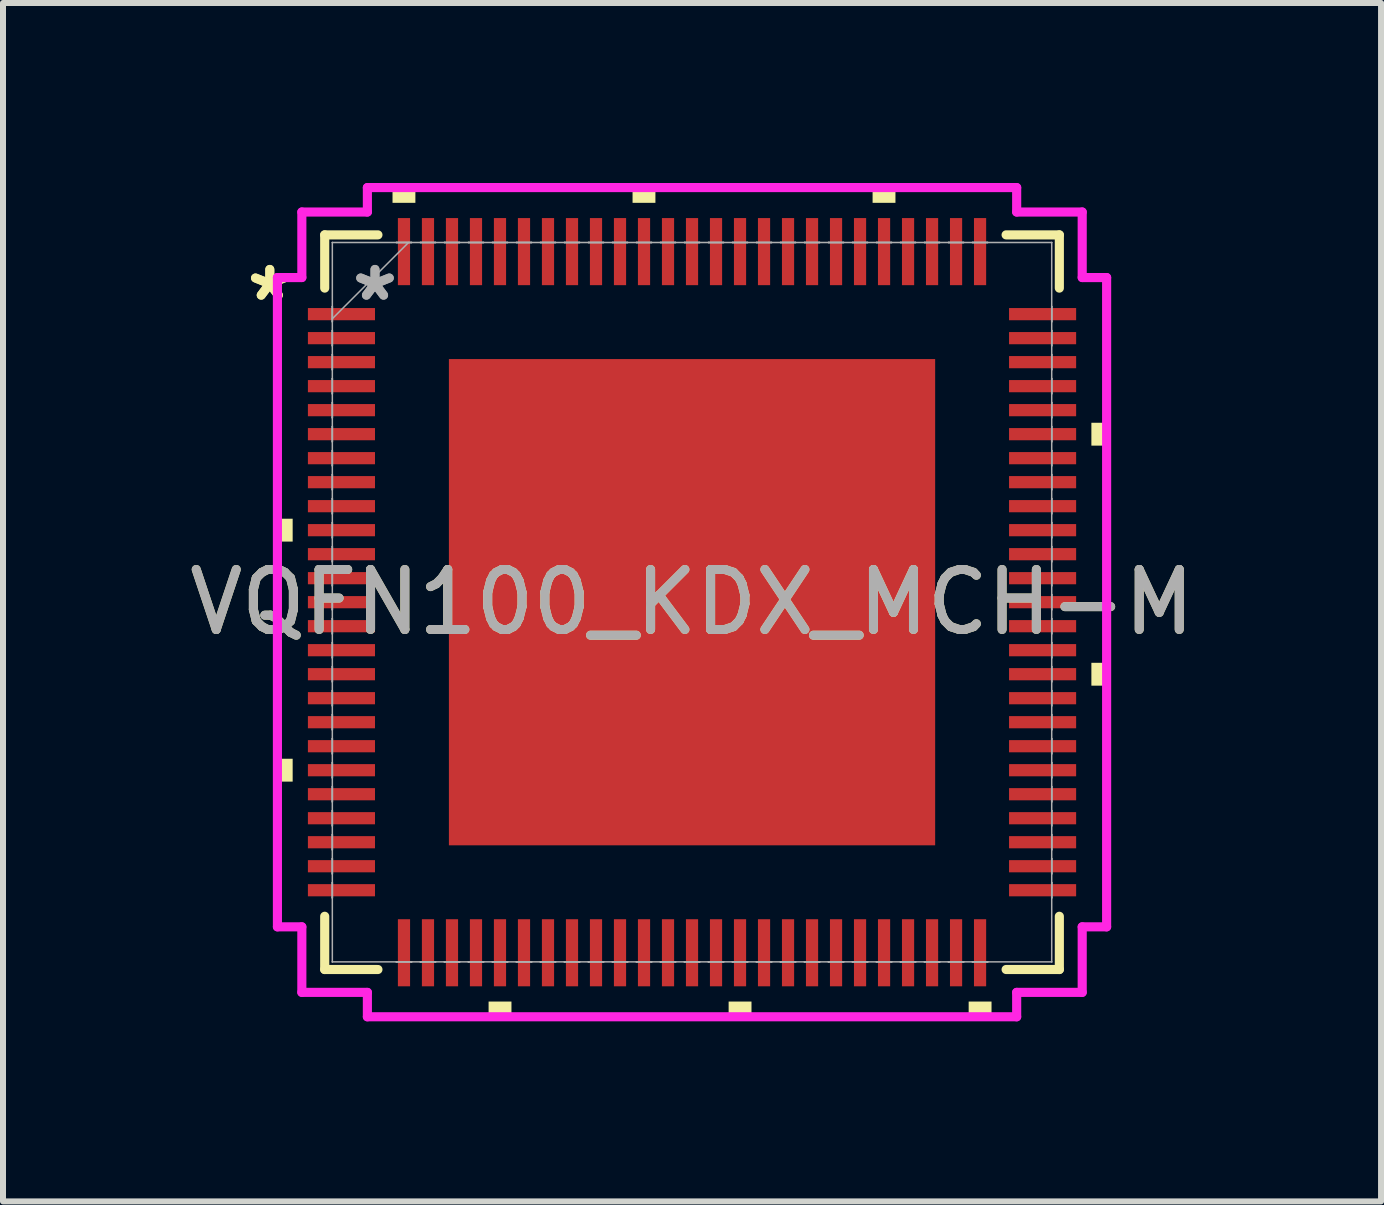
<source format=kicad_pcb>
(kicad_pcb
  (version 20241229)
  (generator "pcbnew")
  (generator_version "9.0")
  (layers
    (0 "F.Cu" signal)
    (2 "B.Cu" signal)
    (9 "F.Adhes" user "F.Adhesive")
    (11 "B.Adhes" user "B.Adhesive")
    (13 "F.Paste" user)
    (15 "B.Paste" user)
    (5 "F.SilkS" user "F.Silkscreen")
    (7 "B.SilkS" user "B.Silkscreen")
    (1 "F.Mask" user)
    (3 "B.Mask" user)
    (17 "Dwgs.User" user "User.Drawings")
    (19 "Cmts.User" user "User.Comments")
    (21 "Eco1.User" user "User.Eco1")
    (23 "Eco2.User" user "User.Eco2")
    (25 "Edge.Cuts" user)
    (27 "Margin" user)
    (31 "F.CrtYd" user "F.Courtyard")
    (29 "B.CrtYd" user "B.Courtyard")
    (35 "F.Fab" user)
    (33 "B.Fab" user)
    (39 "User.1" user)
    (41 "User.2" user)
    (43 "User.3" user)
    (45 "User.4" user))
  (footprint "VQFN100_KDX_MCH-M"
    (layer "F.Cu")
    (at 8.482 6.985)
    (property "Reference" "VQFN100_KDX_MCH-M" (at 0 0 0) (unlocked yes) (layer "F.SilkS") (effects (font (size 1 1) (thickness 0.15))))
    (attr smd)
    (fp_line (start -6.121 -6.121) (end -6.121 -5.234) (stroke (width 0.152) (type solid)) (layer "F.SilkS"))
    (fp_line (start -6.121 5.234) (end -6.121 6.121) (stroke (width 0.152) (type solid)) (layer "F.SilkS"))
    (fp_line (start -6.121 6.121) (end -5.234 6.121) (stroke (width 0.152) (type solid)) (layer "F.SilkS"))
    (fp_line (start -5.234 -6.121) (end -6.121 -6.121) (stroke (width 0.152) (type solid)) (layer "F.SilkS"))
    (fp_line (start 5.234 6.121) (end 6.121 6.121) (stroke (width 0.152) (type solid)) (layer "F.SilkS"))
    (fp_line (start 6.121 -6.121) (end 5.234 -6.121) (stroke (width 0.152) (type solid)) (layer "F.SilkS"))
    (fp_line (start 6.121 -5.234) (end 6.121 -6.121) (stroke (width 0.152) (type solid)) (layer "F.SilkS"))
    (fp_line (start 6.121 6.121) (end 6.121 5.234) (stroke (width 0.152) (type solid)) (layer "F.SilkS"))
    (fp_poly (pts (xy -6.909 -1.391) (xy -6.909 -1.01) (xy -6.655 -1.01) (xy -6.655 -1.391)) (stroke (width 0) (type solid)) (fill yes) (layer "F.SilkS"))
    (fp_poly (pts (xy -6.909 2.609) (xy -6.909 2.99) (xy -6.655 2.99) (xy -6.655 2.609)) (stroke (width 0) (type solid)) (fill yes) (layer "F.SilkS"))
    (fp_poly (pts (xy -4.991 -6.655) (xy -4.991 -6.909) (xy -4.61 -6.909) (xy -4.61 -6.655)) (stroke (width 0) (type solid)) (fill yes) (layer "F.SilkS"))
    (fp_poly (pts (xy -3.39 6.655) (xy -3.39 6.909) (xy -3.009 6.909) (xy -3.009 6.655)) (stroke (width 0) (type solid)) (fill yes) (layer "F.SilkS"))
    (fp_poly (pts (xy -0.991 -6.655) (xy -0.991 -6.909) (xy -0.61 -6.909) (xy -0.61 -6.655)) (stroke (width 0) (type solid)) (fill yes) (layer "F.SilkS"))
    (fp_poly (pts (xy 0.61 6.655) (xy 0.61 6.909) (xy 0.991 6.909) (xy 0.991 6.655)) (stroke (width 0) (type solid)) (fill yes) (layer "F.SilkS"))
    (fp_poly (pts (xy 3.009 -6.655) (xy 3.009 -6.909) (xy 3.39 -6.909) (xy 3.39 -6.655)) (stroke (width 0) (type solid)) (fill yes) (layer "F.SilkS"))
    (fp_poly (pts (xy 4.61 6.655) (xy 4.61 6.909) (xy 4.991 6.909) (xy 4.991 6.655)) (stroke (width 0) (type solid)) (fill yes) (layer "F.SilkS"))
    (fp_poly (pts (xy 6.909 -2.99) (xy 6.909 -2.609) (xy 6.655 -2.609) (xy 6.655 -2.99)) (stroke (width 0) (type solid)) (fill yes) (layer "F.SilkS"))
    (fp_poly (pts (xy 6.909 1.01) (xy 6.909 1.391) (xy 6.655 1.391) (xy 6.655 1.01)) (stroke (width 0) (type solid)) (fill yes) (layer "F.SilkS"))
    (fp_poly (pts (xy -3.951 -3.951) (xy -3.951 -2.801) (xy -2.801 -2.801) (xy -2.801 -3.951)) (stroke (width 0) (type solid)) (fill yes) (layer "F.Paste"))
    (fp_poly (pts (xy -3.951 -2.601) (xy -3.951 -1.45) (xy -2.801 -1.45) (xy -2.801 -2.601)) (stroke (width 0) (type solid)) (fill yes) (layer "F.Paste"))
    (fp_poly (pts (xy -3.951 -1.25) (xy -3.951 -0.1) (xy -2.801 -0.1) (xy -2.801 -1.25)) (stroke (width 0) (type solid)) (fill yes) (layer "F.Paste"))
    (fp_poly (pts (xy -3.951 0.1) (xy -3.951 1.25) (xy -2.801 1.25) (xy -2.801 0.1)) (stroke (width 0) (type solid)) (fill yes) (layer "F.Paste"))
    (fp_poly (pts (xy -3.951 1.45) (xy -3.951 2.601) (xy -2.801 2.601) (xy -2.801 1.45)) (stroke (width 0) (type solid)) (fill yes) (layer "F.Paste"))
    (fp_poly (pts (xy -3.951 2.801) (xy -3.951 3.951) (xy -2.801 3.951) (xy -2.801 2.801)) (stroke (width 0) (type solid)) (fill yes) (layer "F.Paste"))
    (fp_poly (pts (xy -2.601 -3.951) (xy -2.601 -2.801) (xy -1.45 -2.801) (xy -1.45 -3.951)) (stroke (width 0) (type solid)) (fill yes) (layer "F.Paste"))
    (fp_poly (pts (xy -2.601 -2.601) (xy -2.601 -1.45) (xy -1.45 -1.45) (xy -1.45 -2.601)) (stroke (width 0) (type solid)) (fill yes) (layer "F.Paste"))
    (fp_poly (pts (xy -2.601 -1.25) (xy -2.601 -0.1) (xy -1.45 -0.1) (xy -1.45 -1.25)) (stroke (width 0) (type solid)) (fill yes) (layer "F.Paste"))
    (fp_poly (pts (xy -2.601 0.1) (xy -2.601 1.25) (xy -1.45 1.25) (xy -1.45 0.1)) (stroke (width 0) (type solid)) (fill yes) (layer "F.Paste"))
    (fp_poly (pts (xy -2.601 1.45) (xy -2.601 2.601) (xy -1.45 2.601) (xy -1.45 1.45)) (stroke (width 0) (type solid)) (fill yes) (layer "F.Paste"))
    (fp_poly (pts (xy -2.601 2.801) (xy -2.601 3.951) (xy -1.45 3.951) (xy -1.45 2.801)) (stroke (width 0) (type solid)) (fill yes) (layer "F.Paste"))
    (fp_poly (pts (xy -1.25 -3.951) (xy -1.25 -2.801) (xy -0.1 -2.801) (xy -0.1 -3.951)) (stroke (width 0) (type solid)) (fill yes) (layer "F.Paste"))
    (fp_poly (pts (xy -1.25 -2.601) (xy -1.25 -1.45) (xy -0.1 -1.45) (xy -0.1 -2.601)) (stroke (width 0) (type solid)) (fill yes) (layer "F.Paste"))
    (fp_poly (pts (xy -1.25 -1.25) (xy -1.25 -0.1) (xy -0.1 -0.1) (xy -0.1 -1.25)) (stroke (width 0) (type solid)) (fill yes) (layer "F.Paste"))
    (fp_poly (pts (xy -1.25 0.1) (xy -1.25 1.25) (xy -0.1 1.25) (xy -0.1 0.1)) (stroke (width 0) (type solid)) (fill yes) (layer "F.Paste"))
    (fp_poly (pts (xy -1.25 1.45) (xy -1.25 2.601) (xy -0.1 2.601) (xy -0.1 1.45)) (stroke (width 0) (type solid)) (fill yes) (layer "F.Paste"))
    (fp_poly (pts (xy -1.25 2.801) (xy -1.25 3.951) (xy -0.1 3.951) (xy -0.1 2.801)) (stroke (width 0) (type solid)) (fill yes) (layer "F.Paste"))
    (fp_poly (pts (xy 0.1 -3.951) (xy 0.1 -2.801) (xy 1.25 -2.801) (xy 1.25 -3.951)) (stroke (width 0) (type solid)) (fill yes) (layer "F.Paste"))
    (fp_poly (pts (xy 0.1 -2.601) (xy 0.1 -1.45) (xy 1.25 -1.45) (xy 1.25 -2.601)) (stroke (width 0) (type solid)) (fill yes) (layer "F.Paste"))
    (fp_poly (pts (xy 0.1 -1.25) (xy 0.1 -0.1) (xy 1.25 -0.1) (xy 1.25 -1.25)) (stroke (width 0) (type solid)) (fill yes) (layer "F.Paste"))
    (fp_poly (pts (xy 0.1 0.1) (xy 0.1 1.25) (xy 1.25 1.25) (xy 1.25 0.1)) (stroke (width 0) (type solid)) (fill yes) (layer "F.Paste"))
    (fp_poly (pts (xy 0.1 1.45) (xy 0.1 2.601) (xy 1.25 2.601) (xy 1.25 1.45)) (stroke (width 0) (type solid)) (fill yes) (layer "F.Paste"))
    (fp_poly (pts (xy 0.1 2.801) (xy 0.1 3.951) (xy 1.25 3.951) (xy 1.25 2.801)) (stroke (width 0) (type solid)) (fill yes) (layer "F.Paste"))
    (fp_poly (pts (xy 1.45 -3.951) (xy 1.45 -2.801) (xy 2.601 -2.801) (xy 2.601 -3.951)) (stroke (width 0) (type solid)) (fill yes) (layer "F.Paste"))
    (fp_poly (pts (xy 1.45 -2.601) (xy 1.45 -1.45) (xy 2.601 -1.45) (xy 2.601 -2.601)) (stroke (width 0) (type solid)) (fill yes) (layer "F.Paste"))
    (fp_poly (pts (xy 1.45 -1.25) (xy 1.45 -0.1) (xy 2.601 -0.1) (xy 2.601 -1.25)) (stroke (width 0) (type solid)) (fill yes) (layer "F.Paste"))
    (fp_poly (pts (xy 1.45 0.1) (xy 1.45 1.25) (xy 2.601 1.25) (xy 2.601 0.1)) (stroke (width 0) (type solid)) (fill yes) (layer "F.Paste"))
    (fp_poly (pts (xy 1.45 1.45) (xy 1.45 2.601) (xy 2.601 2.601) (xy 2.601 1.45)) (stroke (width 0) (type solid)) (fill yes) (layer "F.Paste"))
    (fp_poly (pts (xy 1.45 2.801) (xy 1.45 3.951) (xy 2.601 3.951) (xy 2.601 2.801)) (stroke (width 0) (type solid)) (fill yes) (layer "F.Paste"))
    (fp_poly (pts (xy 2.801 -3.951) (xy 2.801 -2.801) (xy 3.951 -2.801) (xy 3.951 -3.951)) (stroke (width 0) (type solid)) (fill yes) (layer "F.Paste"))
    (fp_poly (pts (xy 2.801 -2.601) (xy 2.801 -1.45) (xy 3.951 -1.45) (xy 3.951 -2.601)) (stroke (width 0) (type solid)) (fill yes) (layer "F.Paste"))
    (fp_poly (pts (xy 2.801 -1.25) (xy 2.801 -0.1) (xy 3.951 -0.1) (xy 3.951 -1.25)) (stroke (width 0) (type solid)) (fill yes) (layer "F.Paste"))
    (fp_poly (pts (xy 2.801 0.1) (xy 2.801 1.25) (xy 3.951 1.25) (xy 3.951 0.1)) (stroke (width 0) (type solid)) (fill yes) (layer "F.Paste"))
    (fp_poly (pts (xy 2.801 1.45) (xy 2.801 2.601) (xy 3.951 2.601) (xy 3.951 1.45)) (stroke (width 0) (type solid)) (fill yes) (layer "F.Paste"))
    (fp_poly (pts (xy 2.801 2.801) (xy 2.801 3.951) (xy 3.951 3.951) (xy 3.951 2.801)) (stroke (width 0) (type solid)) (fill yes) (layer "F.Paste"))
    (fp_line (start -6.909 -5.41) (end -6.502 -5.41) (stroke (width 0.152) (type solid)) (layer "F.CrtYd"))
    (fp_line (start -6.909 5.41) (end -6.909 -5.41) (stroke (width 0.152) (type solid)) (layer "F.CrtYd"))
    (fp_line (start -6.502 -6.502) (end -5.41 -6.502) (stroke (width 0.152) (type solid)) (layer "F.CrtYd"))
    (fp_line (start -6.502 -5.41) (end -6.502 -6.502) (stroke (width 0.152) (type solid)) (layer "F.CrtYd"))
    (fp_line (start -6.502 5.41) (end -6.909 5.41) (stroke (width 0.152) (type solid)) (layer "F.CrtYd"))
    (fp_line (start -6.502 6.502) (end -6.502 5.41) (stroke (width 0.152) (type solid)) (layer "F.CrtYd"))
    (fp_line (start -5.41 -6.909) (end 5.41 -6.909) (stroke (width 0.152) (type solid)) (layer "F.CrtYd"))
    (fp_line (start -5.41 -6.502) (end -5.41 -6.909) (stroke (width 0.152) (type solid)) (layer "F.CrtYd"))
    (fp_line (start -5.41 6.502) (end -6.502 6.502) (stroke (width 0.152) (type solid)) (layer "F.CrtYd"))
    (fp_line (start -5.41 6.909) (end -5.41 6.502) (stroke (width 0.152) (type solid)) (layer "F.CrtYd"))
    (fp_line (start 5.41 -6.909) (end 5.41 -6.502) (stroke (width 0.152) (type solid)) (layer "F.CrtYd"))
    (fp_line (start 5.41 -6.502) (end 6.502 -6.502) (stroke (width 0.152) (type solid)) (layer "F.CrtYd"))
    (fp_line (start 5.41 6.502) (end 5.41 6.909) (stroke (width 0.152) (type solid)) (layer "F.CrtYd"))
    (fp_line (start 5.41 6.909) (end -5.41 6.909) (stroke (width 0.152) (type solid)) (layer "F.CrtYd"))
    (fp_line (start 6.502 -6.502) (end 6.502 -5.41) (stroke (width 0.152) (type solid)) (layer "F.CrtYd"))
    (fp_line (start 6.502 -5.41) (end 6.909 -5.41) (stroke (width 0.152) (type solid)) (layer "F.CrtYd"))
    (fp_line (start 6.502 5.41) (end 6.502 6.502) (stroke (width 0.152) (type solid)) (layer "F.CrtYd"))
    (fp_line (start 6.502 6.502) (end 5.41 6.502) (stroke (width 0.152) (type solid)) (layer "F.CrtYd"))
    (fp_line (start 6.909 -5.41) (end 6.909 5.41) (stroke (width 0.152) (type solid)) (layer "F.CrtYd"))
    (fp_line (start 6.909 5.41) (end 6.502 5.41) (stroke (width 0.152) (type solid)) (layer "F.CrtYd"))
    (fp_line (start -5.994 -5.994) (end -5.994 -5.994) (stroke (width 0.025) (type solid)) (layer "F.Fab"))
    (fp_line (start -5.994 -5.994) (end -5.994 5.994) (stroke (width 0.025) (type solid)) (layer "F.Fab"))
    (fp_line (start -5.994 -4.927) (end -5.994 -4.927) (stroke (width 0.025) (type solid)) (layer "F.Fab"))
    (fp_line (start -5.994 -4.927) (end -5.994 -4.673) (stroke (width 0.025) (type solid)) (layer "F.Fab"))
    (fp_line (start -5.994 -4.724) (end -4.724 -5.994) (stroke (width 0.025) (type solid)) (layer "F.Fab"))
    (fp_line (start -5.994 -4.673) (end -5.994 -4.927) (stroke (width 0.025) (type solid)) (layer "F.Fab"))
    (fp_line (start -5.994 -4.673) (end -5.994 -4.673) (stroke (width 0.025) (type solid)) (layer "F.Fab"))
    (fp_line (start -5.994 -4.527) (end -5.994 -4.527) (stroke (width 0.025) (type solid)) (layer "F.Fab"))
    (fp_line (start -5.994 -4.527) (end -5.994 -4.273) (stroke (width 0.025) (type solid)) (layer "F.Fab"))
    (fp_line (start -5.994 -4.273) (end -5.994 -4.527) (stroke (width 0.025) (type solid)) (layer "F.Fab"))
    (fp_line (start -5.994 -4.273) (end -5.994 -4.273) (stroke (width 0.025) (type solid)) (layer "F.Fab"))
    (fp_line (start -5.994 -4.127) (end -5.994 -4.127) (stroke (width 0.025) (type solid)) (layer "F.Fab"))
    (fp_line (start -5.994 -4.127) (end -5.994 -3.873) (stroke (width 0.025) (type solid)) (layer "F.Fab"))
    (fp_line (start -5.994 -3.873) (end -5.994 -4.127) (stroke (width 0.025) (type solid)) (layer "F.Fab"))
    (fp_line (start -5.994 -3.873) (end -5.994 -3.873) (stroke (width 0.025) (type solid)) (layer "F.Fab"))
    (fp_line (start -5.994 -3.727) (end -5.994 -3.727) (stroke (width 0.025) (type solid)) (layer "F.Fab"))
    (fp_line (start -5.994 -3.727) (end -5.994 -3.473) (stroke (width 0.025) (type solid)) (layer "F.Fab"))
    (fp_line (start -5.994 -3.473) (end -5.994 -3.727) (stroke (width 0.025) (type solid)) (layer "F.Fab"))
    (fp_line (start -5.994 -3.473) (end -5.994 -3.473) (stroke (width 0.025) (type solid)) (layer "F.Fab"))
    (fp_line (start -5.994 -3.327) (end -5.994 -3.327) (stroke (width 0.025) (type solid)) (layer "F.Fab"))
    (fp_line (start -5.994 -3.327) (end -5.994 -3.073) (stroke (width 0.025) (type solid)) (layer "F.Fab"))
    (fp_line (start -5.994 -3.073) (end -5.994 -3.327) (stroke (width 0.025) (type solid)) (layer "F.Fab"))
    (fp_line (start -5.994 -3.073) (end -5.994 -3.073) (stroke (width 0.025) (type solid)) (layer "F.Fab"))
    (fp_line (start -5.994 -2.927) (end -5.994 -2.927) (stroke (width 0.025) (type solid)) (layer "F.Fab"))
    (fp_line (start -5.994 -2.927) (end -5.994 -2.673) (stroke (width 0.025) (type solid)) (layer "F.Fab"))
    (fp_line (start -5.994 -2.673) (end -5.994 -2.927) (stroke (width 0.025) (type solid)) (layer "F.Fab"))
    (fp_line (start -5.994 -2.673) (end -5.994 -2.673) (stroke (width 0.025) (type solid)) (layer "F.Fab"))
    (fp_line (start -5.994 -2.527) (end -5.994 -2.527) (stroke (width 0.025) (type solid)) (layer "F.Fab"))
    (fp_line (start -5.994 -2.527) (end -5.994 -2.273) (stroke (width 0.025) (type solid)) (layer "F.Fab"))
    (fp_line (start -5.994 -2.273) (end -5.994 -2.527) (stroke (width 0.025) (type solid)) (layer "F.Fab"))
    (fp_line (start -5.994 -2.273) (end -5.994 -2.273) (stroke (width 0.025) (type solid)) (layer "F.Fab"))
    (fp_line (start -5.994 -2.127) (end -5.994 -2.127) (stroke (width 0.025) (type solid)) (layer "F.Fab"))
    (fp_line (start -5.994 -2.127) (end -5.994 -1.873) (stroke (width 0.025) (type solid)) (layer "F.Fab"))
    (fp_line (start -5.994 -1.873) (end -5.994 -2.127) (stroke (width 0.025) (type solid)) (layer "F.Fab"))
    (fp_line (start -5.994 -1.873) (end -5.994 -1.873) (stroke (width 0.025) (type solid)) (layer "F.Fab"))
    (fp_line (start -5.994 -1.727) (end -5.994 -1.727) (stroke (width 0.025) (type solid)) (layer "F.Fab"))
    (fp_line (start -5.994 -1.727) (end -5.994 -1.473) (stroke (width 0.025) (type solid)) (layer "F.Fab"))
    (fp_line (start -5.994 -1.473) (end -5.994 -1.727) (stroke (width 0.025) (type solid)) (layer "F.Fab"))
    (fp_line (start -5.994 -1.473) (end -5.994 -1.473) (stroke (width 0.025) (type solid)) (layer "F.Fab"))
    (fp_line (start -5.994 -1.327) (end -5.994 -1.327) (stroke (width 0.025) (type solid)) (layer "F.Fab"))
    (fp_line (start -5.994 -1.327) (end -5.994 -1.073) (stroke (width 0.025) (type solid)) (layer "F.Fab"))
    (fp_line (start -5.994 -1.073) (end -5.994 -1.327) (stroke (width 0.025) (type solid)) (layer "F.Fab"))
    (fp_line (start -5.994 -1.073) (end -5.994 -1.073) (stroke (width 0.025) (type solid)) (layer "F.Fab"))
    (fp_line (start -5.994 -0.927) (end -5.994 -0.927) (stroke (width 0.025) (type solid)) (layer "F.Fab"))
    (fp_line (start -5.994 -0.927) (end -5.994 -0.673) (stroke (width 0.025) (type solid)) (layer "F.Fab"))
    (fp_line (start -5.994 -0.673) (end -5.994 -0.927) (stroke (width 0.025) (type solid)) (layer "F.Fab"))
    (fp_line (start -5.994 -0.673) (end -5.994 -0.673) (stroke (width 0.025) (type solid)) (layer "F.Fab"))
    (fp_line (start -5.994 -0.527) (end -5.994 -0.527) (stroke (width 0.025) (type solid)) (layer "F.Fab"))
    (fp_line (start -5.994 -0.527) (end -5.994 -0.273) (stroke (width 0.025) (type solid)) (layer "F.Fab"))
    (fp_line (start -5.994 -0.273) (end -5.994 -0.527) (stroke (width 0.025) (type solid)) (layer "F.Fab"))
    (fp_line (start -5.994 -0.273) (end -5.994 -0.273) (stroke (width 0.025) (type solid)) (layer "F.Fab"))
    (fp_line (start -5.994 -0.127) (end -5.994 -0.127) (stroke (width 0.025) (type solid)) (layer "F.Fab"))
    (fp_line (start -5.994 -0.127) (end -5.994 0.127) (stroke (width 0.025) (type solid)) (layer "F.Fab"))
    (fp_line (start -5.994 0.127) (end -5.994 -0.127) (stroke (width 0.025) (type solid)) (layer "F.Fab"))
    (fp_line (start -5.994 0.127) (end -5.994 0.127) (stroke (width 0.025) (type solid)) (layer "F.Fab"))
    (fp_line (start -5.994 0.273) (end -5.994 0.273) (stroke (width 0.025) (type solid)) (layer "F.Fab"))
    (fp_line (start -5.994 0.273) (end -5.994 0.527) (stroke (width 0.025) (type solid)) (layer "F.Fab"))
    (fp_line (start -5.994 0.527) (end -5.994 0.273) (stroke (width 0.025) (type solid)) (layer "F.Fab"))
    (fp_line (start -5.994 0.527) (end -5.994 0.527) (stroke (width 0.025) (type solid)) (layer "F.Fab"))
    (fp_line (start -5.994 0.673) (end -5.994 0.673) (stroke (width 0.025) (type solid)) (layer "F.Fab"))
    (fp_line (start -5.994 0.673) (end -5.994 0.927) (stroke (width 0.025) (type solid)) (layer "F.Fab"))
    (fp_line (start -5.994 0.927) (end -5.994 0.673) (stroke (width 0.025) (type solid)) (layer "F.Fab"))
    (fp_line (start -5.994 0.927) (end -5.994 0.927) (stroke (width 0.025) (type solid)) (layer "F.Fab"))
    (fp_line (start -5.994 1.073) (end -5.994 1.073) (stroke (width 0.025) (type solid)) (layer "F.Fab"))
    (fp_line (start -5.994 1.073) (end -5.994 1.327) (stroke (width 0.025) (type solid)) (layer "F.Fab"))
    (fp_line (start -5.994 1.327) (end -5.994 1.073) (stroke (width 0.025) (type solid)) (layer "F.Fab"))
    (fp_line (start -5.994 1.327) (end -5.994 1.327) (stroke (width 0.025) (type solid)) (layer "F.Fab"))
    (fp_line (start -5.994 1.473) (end -5.994 1.473) (stroke (width 0.025) (type solid)) (layer "F.Fab"))
    (fp_line (start -5.994 1.473) (end -5.994 1.727) (stroke (width 0.025) (type solid)) (layer "F.Fab"))
    (fp_line (start -5.994 1.727) (end -5.994 1.473) (stroke (width 0.025) (type solid)) (layer "F.Fab"))
    (fp_line (start -5.994 1.727) (end -5.994 1.727) (stroke (width 0.025) (type solid)) (layer "F.Fab"))
    (fp_line (start -5.994 1.873) (end -5.994 1.873) (stroke (width 0.025) (type solid)) (layer "F.Fab"))
    (fp_line (start -5.994 1.873) (end -5.994 2.127) (stroke (width 0.025) (type solid)) (layer "F.Fab"))
    (fp_line (start -5.994 2.127) (end -5.994 1.873) (stroke (width 0.025) (type solid)) (layer "F.Fab"))
    (fp_line (start -5.994 2.127) (end -5.994 2.127) (stroke (width 0.025) (type solid)) (layer "F.Fab"))
    (fp_line (start -5.994 2.273) (end -5.994 2.273) (stroke (width 0.025) (type solid)) (layer "F.Fab"))
    (fp_line (start -5.994 2.273) (end -5.994 2.527) (stroke (width 0.025) (type solid)) (layer "F.Fab"))
    (fp_line (start -5.994 2.527) (end -5.994 2.273) (stroke (width 0.025) (type solid)) (layer "F.Fab"))
    (fp_line (start -5.994 2.527) (end -5.994 2.527) (stroke (width 0.025) (type solid)) (layer "F.Fab"))
    (fp_line (start -5.994 2.673) (end -5.994 2.673) (stroke (width 0.025) (type solid)) (layer "F.Fab"))
    (fp_line (start -5.994 2.673) (end -5.994 2.927) (stroke (width 0.025) (type solid)) (layer "F.Fab"))
    (fp_line (start -5.994 2.927) (end -5.994 2.673) (stroke (width 0.025) (type solid)) (layer "F.Fab"))
    (fp_line (start -5.994 2.927) (end -5.994 2.927) (stroke (width 0.025) (type solid)) (layer "F.Fab"))
    (fp_line (start -5.994 3.073) (end -5.994 3.073) (stroke (width 0.025) (type solid)) (layer "F.Fab"))
    (fp_line (start -5.994 3.073) (end -5.994 3.327) (stroke (width 0.025) (type solid)) (layer "F.Fab"))
    (fp_line (start -5.994 3.327) (end -5.994 3.073) (stroke (width 0.025) (type solid)) (layer "F.Fab"))
    (fp_line (start -5.994 3.327) (end -5.994 3.327) (stroke (width 0.025) (type solid)) (layer "F.Fab"))
    (fp_line (start -5.994 3.473) (end -5.994 3.473) (stroke (width 0.025) (type solid)) (layer "F.Fab"))
    (fp_line (start -5.994 3.473) (end -5.994 3.727) (stroke (width 0.025) (type solid)) (layer "F.Fab"))
    (fp_line (start -5.994 3.727) (end -5.994 3.473) (stroke (width 0.025) (type solid)) (layer "F.Fab"))
    (fp_line (start -5.994 3.727) (end -5.994 3.727) (stroke (width 0.025) (type solid)) (layer "F.Fab"))
    (fp_line (start -5.994 3.873) (end -5.994 3.873) (stroke (width 0.025) (type solid)) (layer "F.Fab"))
    (fp_line (start -5.994 3.873) (end -5.994 4.127) (stroke (width 0.025) (type solid)) (layer "F.Fab"))
    (fp_line (start -5.994 4.127) (end -5.994 3.873) (stroke (width 0.025) (type solid)) (layer "F.Fab"))
    (fp_line (start -5.994 4.127) (end -5.994 4.127) (stroke (width 0.025) (type solid)) (layer "F.Fab"))
    (fp_line (start -5.994 4.273) (end -5.994 4.273) (stroke (width 0.025) (type solid)) (layer "F.Fab"))
    (fp_line (start -5.994 4.273) (end -5.994 4.527) (stroke (width 0.025) (type solid)) (layer "F.Fab"))
    (fp_line (start -5.994 4.527) (end -5.994 4.273) (stroke (width 0.025) (type solid)) (layer "F.Fab"))
    (fp_line (start -5.994 4.527) (end -5.994 4.527) (stroke (width 0.025) (type solid)) (layer "F.Fab"))
    (fp_line (start -5.994 4.673) (end -5.994 4.673) (stroke (width 0.025) (type solid)) (layer "F.Fab"))
    (fp_line (start -5.994 4.673) (end -5.994 4.927) (stroke (width 0.025) (type solid)) (layer "F.Fab"))
    (fp_line (start -5.994 4.927) (end -5.994 4.673) (stroke (width 0.025) (type solid)) (layer "F.Fab"))
    (fp_line (start -5.994 4.927) (end -5.994 4.927) (stroke (width 0.025) (type solid)) (layer "F.Fab"))
    (fp_line (start -5.994 5.994) (end -5.994 5.994) (stroke (width 0.025) (type solid)) (layer "F.Fab"))
    (fp_line (start -5.994 5.994) (end 5.994 5.994) (stroke (width 0.025) (type solid)) (layer "F.Fab"))
    (fp_line (start -4.927 5.994) (end -4.927 5.994) (stroke (width 0.025) (type solid)) (layer "F.Fab"))
    (fp_line (start -4.927 5.994) (end -4.673 5.994) (stroke (width 0.025) (type solid)) (layer "F.Fab"))
    (fp_line (start -4.927 -5.994) (end -4.927 -5.994) (stroke (width 0.025) (type solid)) (layer "F.Fab"))
    (fp_line (start -4.927 -5.994) (end -4.673 -5.994) (stroke (width 0.025) (type solid)) (layer "F.Fab"))
    (fp_line (start -4.673 5.994) (end -4.927 5.994) (stroke (width 0.025) (type solid)) (layer "F.Fab"))
    (fp_line (start -4.673 5.994) (end -4.673 5.994) (stroke (width 0.025) (type solid)) (layer "F.Fab"))
    (fp_line (start -4.673 -5.994) (end -4.927 -5.994) (stroke (width 0.025) (type solid)) (layer "F.Fab"))
    (fp_line (start -4.673 -5.994) (end -4.673 -5.994) (stroke (width 0.025) (type solid)) (layer "F.Fab"))
    (fp_line (start -4.527 5.994) (end -4.527 5.994) (stroke (width 0.025) (type solid)) (layer "F.Fab"))
    (fp_line (start -4.527 5.994) (end -4.273 5.994) (stroke (width 0.025) (type solid)) (layer "F.Fab"))
    (fp_line (start -4.527 -5.994) (end -4.527 -5.994) (stroke (width 0.025) (type solid)) (layer "F.Fab"))
    (fp_line (start -4.527 -5.994) (end -4.273 -5.994) (stroke (width 0.025) (type solid)) (layer "F.Fab"))
    (fp_line (start -4.273 5.994) (end -4.527 5.994) (stroke (width 0.025) (type solid)) (layer "F.Fab"))
    (fp_line (start -4.273 5.994) (end -4.273 5.994) (stroke (width 0.025) (type solid)) (layer "F.Fab"))
    (fp_line (start -4.273 -5.994) (end -4.527 -5.994) (stroke (width 0.025) (type solid)) (layer "F.Fab"))
    (fp_line (start -4.273 -5.994) (end -4.273 -5.994) (stroke (width 0.025) (type solid)) (layer "F.Fab"))
    (fp_line (start -4.127 5.994) (end -4.127 5.994) (stroke (width 0.025) (type solid)) (layer "F.Fab"))
    (fp_line (start -4.127 5.994) (end -3.873 5.994) (stroke (width 0.025) (type solid)) (layer "F.Fab"))
    (fp_line (start -4.127 -5.994) (end -4.127 -5.994) (stroke (width 0.025) (type solid)) (layer "F.Fab"))
    (fp_line (start -4.127 -5.994) (end -3.873 -5.994) (stroke (width 0.025) (type solid)) (layer "F.Fab"))
    (fp_line (start -3.873 5.994) (end -4.127 5.994) (stroke (width 0.025) (type solid)) (layer "F.Fab"))
    (fp_line (start -3.873 5.994) (end -3.873 5.994) (stroke (width 0.025) (type solid)) (layer "F.Fab"))
    (fp_line (start -3.873 -5.994) (end -4.127 -5.994) (stroke (width 0.025) (type solid)) (layer "F.Fab"))
    (fp_line (start -3.873 -5.994) (end -3.873 -5.994) (stroke (width 0.025) (type solid)) (layer "F.Fab"))
    (fp_line (start -3.727 5.994) (end -3.727 5.994) (stroke (width 0.025) (type solid)) (layer "F.Fab"))
    (fp_line (start -3.727 5.994) (end -3.473 5.994) (stroke (width 0.025) (type solid)) (layer "F.Fab"))
    (fp_line (start -3.727 -5.994) (end -3.727 -5.994) (stroke (width 0.025) (type solid)) (layer "F.Fab"))
    (fp_line (start -3.727 -5.994) (end -3.473 -5.994) (stroke (width 0.025) (type solid)) (layer "F.Fab"))
    (fp_line (start -3.473 5.994) (end -3.727 5.994) (stroke (width 0.025) (type solid)) (layer "F.Fab"))
    (fp_line (start -3.473 5.994) (end -3.473 5.994) (stroke (width 0.025) (type solid)) (layer "F.Fab"))
    (fp_line (start -3.473 -5.994) (end -3.727 -5.994) (stroke (width 0.025) (type solid)) (layer "F.Fab"))
    (fp_line (start -3.473 -5.994) (end -3.473 -5.994) (stroke (width 0.025) (type solid)) (layer "F.Fab"))
    (fp_line (start -3.327 5.994) (end -3.327 5.994) (stroke (width 0.025) (type solid)) (layer "F.Fab"))
    (fp_line (start -3.327 5.994) (end -3.073 5.994) (stroke (width 0.025) (type solid)) (layer "F.Fab"))
    (fp_line (start -3.327 -5.994) (end -3.327 -5.994) (stroke (width 0.025) (type solid)) (layer "F.Fab"))
    (fp_line (start -3.327 -5.994) (end -3.073 -5.994) (stroke (width 0.025) (type solid)) (layer "F.Fab"))
    (fp_line (start -3.073 5.994) (end -3.327 5.994) (stroke (width 0.025) (type solid)) (layer "F.Fab"))
    (fp_line (start -3.073 5.994) (end -3.073 5.994) (stroke (width 0.025) (type solid)) (layer "F.Fab"))
    (fp_line (start -3.073 -5.994) (end -3.327 -5.994) (stroke (width 0.025) (type solid)) (layer "F.Fab"))
    (fp_line (start -3.073 -5.994) (end -3.073 -5.994) (stroke (width 0.025) (type solid)) (layer "F.Fab"))
    (fp_line (start -2.927 5.994) (end -2.927 5.994) (stroke (width 0.025) (type solid)) (layer "F.Fab"))
    (fp_line (start -2.927 5.994) (end -2.673 5.994) (stroke (width 0.025) (type solid)) (layer "F.Fab"))
    (fp_line (start -2.927 -5.994) (end -2.927 -5.994) (stroke (width 0.025) (type solid)) (layer "F.Fab"))
    (fp_line (start -2.927 -5.994) (end -2.673 -5.994) (stroke (width 0.025) (type solid)) (layer "F.Fab"))
    (fp_line (start -2.673 5.994) (end -2.927 5.994) (stroke (width 0.025) (type solid)) (layer "F.Fab"))
    (fp_line (start -2.673 5.994) (end -2.673 5.994) (stroke (width 0.025) (type solid)) (layer "F.Fab"))
    (fp_line (start -2.673 -5.994) (end -2.927 -5.994) (stroke (width 0.025) (type solid)) (layer "F.Fab"))
    (fp_line (start -2.673 -5.994) (end -2.673 -5.994) (stroke (width 0.025) (type solid)) (layer "F.Fab"))
    (fp_line (start -2.527 -5.994) (end -2.527 -5.994) (stroke (width 0.025) (type solid)) (layer "F.Fab"))
    (fp_line (start -2.527 -5.994) (end -2.273 -5.994) (stroke (width 0.025) (type solid)) (layer "F.Fab"))
    (fp_line (start -2.527 5.994) (end -2.527 5.994) (stroke (width 0.025) (type solid)) (layer "F.Fab"))
    (fp_line (start -2.527 5.994) (end -2.273 5.994) (stroke (width 0.025) (type solid)) (layer "F.Fab"))
    (fp_line (start -2.273 -5.994) (end -2.527 -5.994) (stroke (width 0.025) (type solid)) (layer "F.Fab"))
    (fp_line (start -2.273 -5.994) (end -2.273 -5.994) (stroke (width 0.025) (type solid)) (layer "F.Fab"))
    (fp_line (start -2.273 5.994) (end -2.527 5.994) (stroke (width 0.025) (type solid)) (layer "F.Fab"))
    (fp_line (start -2.273 5.994) (end -2.273 5.994) (stroke (width 0.025) (type solid)) (layer "F.Fab"))
    (fp_line (start -2.127 -5.994) (end -2.127 -5.994) (stroke (width 0.025) (type solid)) (layer "F.Fab"))
    (fp_line (start -2.127 -5.994) (end -1.873 -5.994) (stroke (width 0.025) (type solid)) (layer "F.Fab"))
    (fp_line (start -2.127 5.994) (end -2.127 5.994) (stroke (width 0.025) (type solid)) (layer "F.Fab"))
    (fp_line (start -2.127 5.994) (end -1.873 5.994) (stroke (width 0.025) (type solid)) (layer "F.Fab"))
    (fp_line (start -1.873 -5.994) (end -2.127 -5.994) (stroke (width 0.025) (type solid)) (layer "F.Fab"))
    (fp_line (start -1.873 -5.994) (end -1.873 -5.994) (stroke (width 0.025) (type solid)) (layer "F.Fab"))
    (fp_line (start -1.873 5.994) (end -2.127 5.994) (stroke (width 0.025) (type solid)) (layer "F.Fab"))
    (fp_line (start -1.873 5.994) (end -1.873 5.994) (stroke (width 0.025) (type solid)) (layer "F.Fab"))
    (fp_line (start -1.727 -5.994) (end -1.727 -5.994) (stroke (width 0.025) (type solid)) (layer "F.Fab"))
    (fp_line (start -1.727 -5.994) (end -1.473 -5.994) (stroke (width 0.025) (type solid)) (layer "F.Fab"))
    (fp_line (start -1.727 5.994) (end -1.727 5.994) (stroke (width 0.025) (type solid)) (layer "F.Fab"))
    (fp_line (start -1.727 5.994) (end -1.473 5.994) (stroke (width 0.025) (type solid)) (layer "F.Fab"))
    (fp_line (start -1.473 -5.994) (end -1.727 -5.994) (stroke (width 0.025) (type solid)) (layer "F.Fab"))
    (fp_line (start -1.473 -5.994) (end -1.473 -5.994) (stroke (width 0.025) (type solid)) (layer "F.Fab"))
    (fp_line (start -1.473 5.994) (end -1.727 5.994) (stroke (width 0.025) (type solid)) (layer "F.Fab"))
    (fp_line (start -1.473 5.994) (end -1.473 5.994) (stroke (width 0.025) (type solid)) (layer "F.Fab"))
    (fp_line (start -1.327 -5.994) (end -1.327 -5.994) (stroke (width 0.025) (type solid)) (layer "F.Fab"))
    (fp_line (start -1.327 -5.994) (end -1.073 -5.994) (stroke (width 0.025) (type solid)) (layer "F.Fab"))
    (fp_line (start -1.327 5.994) (end -1.327 5.994) (stroke (width 0.025) (type solid)) (layer "F.Fab"))
    (fp_line (start -1.327 5.994) (end -1.073 5.994) (stroke (width 0.025) (type solid)) (layer "F.Fab"))
    (fp_line (start -1.073 -5.994) (end -1.327 -5.994) (stroke (width 0.025) (type solid)) (layer "F.Fab"))
    (fp_line (start -1.073 -5.994) (end -1.073 -5.994) (stroke (width 0.025) (type solid)) (layer "F.Fab"))
    (fp_line (start -1.073 5.994) (end -1.327 5.994) (stroke (width 0.025) (type solid)) (layer "F.Fab"))
    (fp_line (start -1.073 5.994) (end -1.073 5.994) (stroke (width 0.025) (type solid)) (layer "F.Fab"))
    (fp_line (start -0.927 -5.994) (end -0.927 -5.994) (stroke (width 0.025) (type solid)) (layer "F.Fab"))
    (fp_line (start -0.927 -5.994) (end -0.673 -5.994) (stroke (width 0.025) (type solid)) (layer "F.Fab"))
    (fp_line (start -0.927 5.994) (end -0.927 5.994) (stroke (width 0.025) (type solid)) (layer "F.Fab"))
    (fp_line (start -0.927 5.994) (end -0.673 5.994) (stroke (width 0.025) (type solid)) (layer "F.Fab"))
    (fp_line (start -0.673 -5.994) (end -0.927 -5.994) (stroke (width 0.025) (type solid)) (layer "F.Fab"))
    (fp_line (start -0.673 -5.994) (end -0.673 -5.994) (stroke (width 0.025) (type solid)) (layer "F.Fab"))
    (fp_line (start -0.673 5.994) (end -0.927 5.994) (stroke (width 0.025) (type solid)) (layer "F.Fab"))
    (fp_line (start -0.673 5.994) (end -0.673 5.994) (stroke (width 0.025) (type solid)) (layer "F.Fab"))
    (fp_line (start -0.527 -5.994) (end -0.527 -5.994) (stroke (width 0.025) (type solid)) (layer "F.Fab"))
    (fp_line (start -0.527 -5.994) (end -0.273 -5.994) (stroke (width 0.025) (type solid)) (layer "F.Fab"))
    (fp_line (start -0.527 5.994) (end -0.527 5.994) (stroke (width 0.025) (type solid)) (layer "F.Fab"))
    (fp_line (start -0.527 5.994) (end -0.273 5.994) (stroke (width 0.025) (type solid)) (layer "F.Fab"))
    (fp_line (start -0.273 -5.994) (end -0.527 -5.994) (stroke (width 0.025) (type solid)) (layer "F.Fab"))
    (fp_line (start -0.273 -5.994) (end -0.273 -5.994) (stroke (width 0.025) (type solid)) (layer "F.Fab"))
    (fp_line (start -0.273 5.994) (end -0.527 5.994) (stroke (width 0.025) (type solid)) (layer "F.Fab"))
    (fp_line (start -0.273 5.994) (end -0.273 5.994) (stroke (width 0.025) (type solid)) (layer "F.Fab"))
    (fp_line (start -0.127 -5.994) (end -0.127 -5.994) (stroke (width 0.025) (type solid)) (layer "F.Fab"))
    (fp_line (start -0.127 -5.994) (end 0.127 -5.994) (stroke (width 0.025) (type solid)) (layer "F.Fab"))
    (fp_line (start -0.127 5.994) (end -0.127 5.994) (stroke (width 0.025) (type solid)) (layer "F.Fab"))
    (fp_line (start -0.127 5.994) (end 0.127 5.994) (stroke (width 0.025) (type solid)) (layer "F.Fab"))
    (fp_line (start 0.127 -5.994) (end -0.127 -5.994) (stroke (width 0.025) (type solid)) (layer "F.Fab"))
    (fp_line (start 0.127 -5.994) (end 0.127 -5.994) (stroke (width 0.025) (type solid)) (layer "F.Fab"))
    (fp_line (start 0.127 5.994) (end -0.127 5.994) (stroke (width 0.025) (type solid)) (layer "F.Fab"))
    (fp_line (start 0.127 5.994) (end 0.127 5.994) (stroke (width 0.025) (type solid)) (layer "F.Fab"))
    (fp_line (start 0.273 -5.994) (end 0.273 -5.994) (stroke (width 0.025) (type solid)) (layer "F.Fab"))
    (fp_line (start 0.273 -5.994) (end 0.527 -5.994) (stroke (width 0.025) (type solid)) (layer "F.Fab"))
    (fp_line (start 0.273 5.994) (end 0.273 5.994) (stroke (width 0.025) (type solid)) (layer "F.Fab"))
    (fp_line (start 0.273 5.994) (end 0.527 5.994) (stroke (width 0.025) (type solid)) (layer "F.Fab"))
    (fp_line (start 0.527 -5.994) (end 0.273 -5.994) (stroke (width 0.025) (type solid)) (layer "F.Fab"))
    (fp_line (start 0.527 -5.994) (end 0.527 -5.994) (stroke (width 0.025) (type solid)) (layer "F.Fab"))
    (fp_line (start 0.527 5.994) (end 0.273 5.994) (stroke (width 0.025) (type solid)) (layer "F.Fab"))
    (fp_line (start 0.527 5.994) (end 0.527 5.994) (stroke (width 0.025) (type solid)) (layer "F.Fab"))
    (fp_line (start 0.673 -5.994) (end 0.673 -5.994) (stroke (width 0.025) (type solid)) (layer "F.Fab"))
    (fp_line (start 0.673 -5.994) (end 0.927 -5.994) (stroke (width 0.025) (type solid)) (layer "F.Fab"))
    (fp_line (start 0.673 5.994) (end 0.673 5.994) (stroke (width 0.025) (type solid)) (layer "F.Fab"))
    (fp_line (start 0.673 5.994) (end 0.927 5.994) (stroke (width 0.025) (type solid)) (layer "F.Fab"))
    (fp_line (start 0.927 -5.994) (end 0.673 -5.994) (stroke (width 0.025) (type solid)) (layer "F.Fab"))
    (fp_line (start 0.927 -5.994) (end 0.927 -5.994) (stroke (width 0.025) (type solid)) (layer "F.Fab"))
    (fp_line (start 0.927 5.994) (end 0.673 5.994) (stroke (width 0.025) (type solid)) (layer "F.Fab"))
    (fp_line (start 0.927 5.994) (end 0.927 5.994) (stroke (width 0.025) (type solid)) (layer "F.Fab"))
    (fp_line (start 1.073 -5.994) (end 1.073 -5.994) (stroke (width 0.025) (type solid)) (layer "F.Fab"))
    (fp_line (start 1.073 -5.994) (end 1.327 -5.994) (stroke (width 0.025) (type solid)) (layer "F.Fab"))
    (fp_line (start 1.073 5.994) (end 1.073 5.994) (stroke (width 0.025) (type solid)) (layer "F.Fab"))
    (fp_line (start 1.073 5.994) (end 1.327 5.994) (stroke (width 0.025) (type solid)) (layer "F.Fab"))
    (fp_line (start 1.327 -5.994) (end 1.073 -5.994) (stroke (width 0.025) (type solid)) (layer "F.Fab"))
    (fp_line (start 1.327 -5.994) (end 1.327 -5.994) (stroke (width 0.025) (type solid)) (layer "F.Fab"))
    (fp_line (start 1.327 5.994) (end 1.073 5.994) (stroke (width 0.025) (type solid)) (layer "F.Fab"))
    (fp_line (start 1.327 5.994) (end 1.327 5.994) (stroke (width 0.025) (type solid)) (layer "F.Fab"))
    (fp_line (start 1.473 -5.994) (end 1.473 -5.994) (stroke (width 0.025) (type solid)) (layer "F.Fab"))
    (fp_line (start 1.473 -5.994) (end 1.727 -5.994) (stroke (width 0.025) (type solid)) (layer "F.Fab"))
    (fp_line (start 1.473 5.994) (end 1.473 5.994) (stroke (width 0.025) (type solid)) (layer "F.Fab"))
    (fp_line (start 1.473 5.994) (end 1.727 5.994) (stroke (width 0.025) (type solid)) (layer "F.Fab"))
    (fp_line (start 1.727 -5.994) (end 1.473 -5.994) (stroke (width 0.025) (type solid)) (layer "F.Fab"))
    (fp_line (start 1.727 -5.994) (end 1.727 -5.994) (stroke (width 0.025) (type solid)) (layer "F.Fab"))
    (fp_line (start 1.727 5.994) (end 1.473 5.994) (stroke (width 0.025) (type solid)) (layer "F.Fab"))
    (fp_line (start 1.727 5.994) (end 1.727 5.994) (stroke (width 0.025) (type solid)) (layer "F.Fab"))
    (fp_line (start 1.873 -5.994) (end 1.873 -5.994) (stroke (width 0.025) (type solid)) (layer "F.Fab"))
    (fp_line (start 1.873 -5.994) (end 2.127 -5.994) (stroke (width 0.025) (type solid)) (layer "F.Fab"))
    (fp_line (start 1.873 5.994) (end 1.873 5.994) (stroke (width 0.025) (type solid)) (layer "F.Fab"))
    (fp_line (start 1.873 5.994) (end 2.127 5.994) (stroke (width 0.025) (type solid)) (layer "F.Fab"))
    (fp_line (start 2.127 -5.994) (end 1.873 -5.994) (stroke (width 0.025) (type solid)) (layer "F.Fab"))
    (fp_line (start 2.127 -5.994) (end 2.127 -5.994) (stroke (width 0.025) (type solid)) (layer "F.Fab"))
    (fp_line (start 2.127 5.994) (end 1.873 5.994) (stroke (width 0.025) (type solid)) (layer "F.Fab"))
    (fp_line (start 2.127 5.994) (end 2.127 5.994) (stroke (width 0.025) (type solid)) (layer "F.Fab"))
    (fp_line (start 2.273 -5.994) (end 2.273 -5.994) (stroke (width 0.025) (type solid)) (layer "F.Fab"))
    (fp_line (start 2.273 -5.994) (end 2.527 -5.994) (stroke (width 0.025) (type solid)) (layer "F.Fab"))
    (fp_line (start 2.273 5.994) (end 2.273 5.994) (stroke (width 0.025) (type solid)) (layer "F.Fab"))
    (fp_line (start 2.273 5.994) (end 2.527 5.994) (stroke (width 0.025) (type solid)) (layer "F.Fab"))
    (fp_line (start 2.527 -5.994) (end 2.273 -5.994) (stroke (width 0.025) (type solid)) (layer "F.Fab"))
    (fp_line (start 2.527 -5.994) (end 2.527 -5.994) (stroke (width 0.025) (type solid)) (layer "F.Fab"))
    (fp_line (start 2.527 5.994) (end 2.273 5.994) (stroke (width 0.025) (type solid)) (layer "F.Fab"))
    (fp_line (start 2.527 5.994) (end 2.527 5.994) (stroke (width 0.025) (type solid)) (layer "F.Fab"))
    (fp_line (start 2.673 5.994) (end 2.673 5.994) (stroke (width 0.025) (type solid)) (layer "F.Fab"))
    (fp_line (start 2.673 5.994) (end 2.927 5.994) (stroke (width 0.025) (type solid)) (layer "F.Fab"))
    (fp_line (start 2.673 -5.994) (end 2.673 -5.994) (stroke (width 0.025) (type solid)) (layer "F.Fab"))
    (fp_line (start 2.673 -5.994) (end 2.927 -5.994) (stroke (width 0.025) (type solid)) (layer "F.Fab"))
    (fp_line (start 2.927 5.994) (end 2.673 5.994) (stroke (width 0.025) (type solid)) (layer "F.Fab"))
    (fp_line (start 2.927 5.994) (end 2.927 5.994) (stroke (width 0.025) (type solid)) (layer "F.Fab"))
    (fp_line (start 2.927 -5.994) (end 2.673 -5.994) (stroke (width 0.025) (type solid)) (layer "F.Fab"))
    (fp_line (start 2.927 -5.994) (end 2.927 -5.994) (stroke (width 0.025) (type solid)) (layer "F.Fab"))
    (fp_line (start 3.073 5.994) (end 3.073 5.994) (stroke (width 0.025) (type solid)) (layer "F.Fab"))
    (fp_line (start 3.073 5.994) (end 3.327 5.994) (stroke (width 0.025) (type solid)) (layer "F.Fab"))
    (fp_line (start 3.073 -5.994) (end 3.073 -5.994) (stroke (width 0.025) (type solid)) (layer "F.Fab"))
    (fp_line (start 3.073 -5.994) (end 3.327 -5.994) (stroke (width 0.025) (type solid)) (layer "F.Fab"))
    (fp_line (start 3.327 5.994) (end 3.073 5.994) (stroke (width 0.025) (type solid)) (layer "F.Fab"))
    (fp_line (start 3.327 5.994) (end 3.327 5.994) (stroke (width 0.025) (type solid)) (layer "F.Fab"))
    (fp_line (start 3.327 -5.994) (end 3.073 -5.994) (stroke (width 0.025) (type solid)) (layer "F.Fab"))
    (fp_line (start 3.327 -5.994) (end 3.327 -5.994) (stroke (width 0.025) (type solid)) (layer "F.Fab"))
    (fp_line (start 3.473 5.994) (end 3.473 5.994) (stroke (width 0.025) (type solid)) (layer "F.Fab"))
    (fp_line (start 3.473 5.994) (end 3.727 5.994) (stroke (width 0.025) (type solid)) (layer "F.Fab"))
    (fp_line (start 3.473 -5.994) (end 3.473 -5.994) (stroke (width 0.025) (type solid)) (layer "F.Fab"))
    (fp_line (start 3.473 -5.994) (end 3.727 -5.994) (stroke (width 0.025) (type solid)) (layer "F.Fab"))
    (fp_line (start 3.727 5.994) (end 3.473 5.994) (stroke (width 0.025) (type solid)) (layer "F.Fab"))
    (fp_line (start 3.727 5.994) (end 3.727 5.994) (stroke (width 0.025) (type solid)) (layer "F.Fab"))
    (fp_line (start 3.727 -5.994) (end 3.473 -5.994) (stroke (width 0.025) (type solid)) (layer "F.Fab"))
    (fp_line (start 3.727 -5.994) (end 3.727 -5.994) (stroke (width 0.025) (type solid)) (layer "F.Fab"))
    (fp_line (start 3.873 5.994) (end 3.873 5.994) (stroke (width 0.025) (type solid)) (layer "F.Fab"))
    (fp_line (start 3.873 5.994) (end 4.127 5.994) (stroke (width 0.025) (type solid)) (layer "F.Fab"))
    (fp_line (start 3.873 -5.994) (end 3.873 -5.994) (stroke (width 0.025) (type solid)) (layer "F.Fab"))
    (fp_line (start 3.873 -5.994) (end 4.127 -5.994) (stroke (width 0.025) (type solid)) (layer "F.Fab"))
    (fp_line (start 4.127 5.994) (end 3.873 5.994) (stroke (width 0.025) (type solid)) (layer "F.Fab"))
    (fp_line (start 4.127 5.994) (end 4.127 5.994) (stroke (width 0.025) (type solid)) (layer "F.Fab"))
    (fp_line (start 4.127 -5.994) (end 3.873 -5.994) (stroke (width 0.025) (type solid)) (layer "F.Fab"))
    (fp_line (start 4.127 -5.994) (end 4.127 -5.994) (stroke (width 0.025) (type solid)) (layer "F.Fab"))
    (fp_line (start 4.273 5.994) (end 4.273 5.994) (stroke (width 0.025) (type solid)) (layer "F.Fab"))
    (fp_line (start 4.273 5.994) (end 4.527 5.994) (stroke (width 0.025) (type solid)) (layer "F.Fab"))
    (fp_line (start 4.273 -5.994) (end 4.273 -5.994) (stroke (width 0.025) (type solid)) (layer "F.Fab"))
    (fp_line (start 4.273 -5.994) (end 4.527 -5.994) (stroke (width 0.025) (type solid)) (layer "F.Fab"))
    (fp_line (start 4.527 5.994) (end 4.273 5.994) (stroke (width 0.025) (type solid)) (layer "F.Fab"))
    (fp_line (start 4.527 5.994) (end 4.527 5.994) (stroke (width 0.025) (type solid)) (layer "F.Fab"))
    (fp_line (start 4.527 -5.994) (end 4.273 -5.994) (stroke (width 0.025) (type solid)) (layer "F.Fab"))
    (fp_line (start 4.527 -5.994) (end 4.527 -5.994) (stroke (width 0.025) (type solid)) (layer "F.Fab"))
    (fp_line (start 4.673 5.994) (end 4.673 5.994) (stroke (width 0.025) (type solid)) (layer "F.Fab"))
    (fp_line (start 4.673 5.994) (end 4.927 5.994) (stroke (width 0.025) (type solid)) (layer "F.Fab"))
    (fp_line (start 4.673 -5.994) (end 4.673 -5.994) (stroke (width 0.025) (type solid)) (layer "F.Fab"))
    (fp_line (start 4.673 -5.994) (end 4.927 -5.994) (stroke (width 0.025) (type solid)) (layer "F.Fab"))
    (fp_line (start 4.927 5.994) (end 4.673 5.994) (stroke (width 0.025) (type solid)) (layer "F.Fab"))
    (fp_line (start 4.927 5.994) (end 4.927 5.994) (stroke (width 0.025) (type solid)) (layer "F.Fab"))
    (fp_line (start 4.927 -5.994) (end 4.673 -5.994) (stroke (width 0.025) (type solid)) (layer "F.Fab"))
    (fp_line (start 4.927 -5.994) (end 4.927 -5.994) (stroke (width 0.025) (type solid)) (layer "F.Fab"))
    (fp_line (start 5.994 -5.994) (end -5.994 -5.994) (stroke (width 0.025) (type solid)) (layer "F.Fab"))
    (fp_line (start 5.994 -5.994) (end 5.994 -5.994) (stroke (width 0.025) (type solid)) (layer "F.Fab"))
    (fp_line (start 5.994 -4.927) (end 5.994 -4.927) (stroke (width 0.025) (type solid)) (layer "F.Fab"))
    (fp_line (start 5.994 -4.927) (end 5.994 -4.673) (stroke (width 0.025) (type solid)) (layer "F.Fab"))
    (fp_line (start 5.994 -4.673) (end 5.994 -4.927) (stroke (width 0.025) (type solid)) (layer "F.Fab"))
    (fp_line (start 5.994 -4.673) (end 5.994 -4.673) (stroke (width 0.025) (type solid)) (layer "F.Fab"))
    (fp_line (start 5.994 -4.527) (end 5.994 -4.527) (stroke (width 0.025) (type solid)) (layer "F.Fab"))
    (fp_line (start 5.994 -4.527) (end 5.994 -4.273) (stroke (width 0.025) (type solid)) (layer "F.Fab"))
    (fp_line (start 5.994 -4.273) (end 5.994 -4.527) (stroke (width 0.025) (type solid)) (layer "F.Fab"))
    (fp_line (start 5.994 -4.273) (end 5.994 -4.273) (stroke (width 0.025) (type solid)) (layer "F.Fab"))
    (fp_line (start 5.994 -4.127) (end 5.994 -4.127) (stroke (width 0.025) (type solid)) (layer "F.Fab"))
    (fp_line (start 5.994 -4.127) (end 5.994 -3.873) (stroke (width 0.025) (type solid)) (layer "F.Fab"))
    (fp_line (start 5.994 -3.873) (end 5.994 -4.127) (stroke (width 0.025) (type solid)) (layer "F.Fab"))
    (fp_line (start 5.994 -3.873) (end 5.994 -3.873) (stroke (width 0.025) (type solid)) (layer "F.Fab"))
    (fp_line (start 5.994 -3.727) (end 5.994 -3.727) (stroke (width 0.025) (type solid)) (layer "F.Fab"))
    (fp_line (start 5.994 -3.727) (end 5.994 -3.473) (stroke (width 0.025) (type solid)) (layer "F.Fab"))
    (fp_line (start 5.994 -3.473) (end 5.994 -3.727) (stroke (width 0.025) (type solid)) (layer "F.Fab"))
    (fp_line (start 5.994 -3.473) (end 5.994 -3.473) (stroke (width 0.025) (type solid)) (layer "F.Fab"))
    (fp_line (start 5.994 -3.327) (end 5.994 -3.327) (stroke (width 0.025) (type solid)) (layer "F.Fab"))
    (fp_line (start 5.994 -3.327) (end 5.994 -3.073) (stroke (width 0.025) (type solid)) (layer "F.Fab"))
    (fp_line (start 5.994 -3.073) (end 5.994 -3.327) (stroke (width 0.025) (type solid)) (layer "F.Fab"))
    (fp_line (start 5.994 -3.073) (end 5.994 -3.073) (stroke (width 0.025) (type solid)) (layer "F.Fab"))
    (fp_line (start 5.994 -2.927) (end 5.994 -2.927) (stroke (width 0.025) (type solid)) (layer "F.Fab"))
    (fp_line (start 5.994 -2.927) (end 5.994 -2.673) (stroke (width 0.025) (type solid)) (layer "F.Fab"))
    (fp_line (start 5.994 -2.673) (end 5.994 -2.927) (stroke (width 0.025) (type solid)) (layer "F.Fab"))
    (fp_line (start 5.994 -2.673) (end 5.994 -2.673) (stroke (width 0.025) (type solid)) (layer "F.Fab"))
    (fp_line (start 5.994 -2.527) (end 5.994 -2.527) (stroke (width 0.025) (type solid)) (layer "F.Fab"))
    (fp_line (start 5.994 -2.527) (end 5.994 -2.273) (stroke (width 0.025) (type solid)) (layer "F.Fab"))
    (fp_line (start 5.994 -2.273) (end 5.994 -2.527) (stroke (width 0.025) (type solid)) (layer "F.Fab"))
    (fp_line (start 5.994 -2.273) (end 5.994 -2.273) (stroke (width 0.025) (type solid)) (layer "F.Fab"))
    (fp_line (start 5.994 -2.127) (end 5.994 -2.127) (stroke (width 0.025) (type solid)) (layer "F.Fab"))
    (fp_line (start 5.994 -2.127) (end 5.994 -1.873) (stroke (width 0.025) (type solid)) (layer "F.Fab"))
    (fp_line (start 5.994 -1.873) (end 5.994 -2.127) (stroke (width 0.025) (type solid)) (layer "F.Fab"))
    (fp_line (start 5.994 -1.873) (end 5.994 -1.873) (stroke (width 0.025) (type solid)) (layer "F.Fab"))
    (fp_line (start 5.994 -1.727) (end 5.994 -1.727) (stroke (width 0.025) (type solid)) (layer "F.Fab"))
    (fp_line (start 5.994 -1.727) (end 5.994 -1.473) (stroke (width 0.025) (type solid)) (layer "F.Fab"))
    (fp_line (start 5.994 -1.473) (end 5.994 -1.727) (stroke (width 0.025) (type solid)) (layer "F.Fab"))
    (fp_line (start 5.994 -1.473) (end 5.994 -1.473) (stroke (width 0.025) (type solid)) (layer "F.Fab"))
    (fp_line (start 5.994 -1.327) (end 5.994 -1.327) (stroke (width 0.025) (type solid)) (layer "F.Fab"))
    (fp_line (start 5.994 -1.327) (end 5.994 -1.073) (stroke (width 0.025) (type solid)) (layer "F.Fab"))
    (fp_line (start 5.994 -1.073) (end 5.994 -1.327) (stroke (width 0.025) (type solid)) (layer "F.Fab"))
    (fp_line (start 5.994 -1.073) (end 5.994 -1.073) (stroke (width 0.025) (type solid)) (layer "F.Fab"))
    (fp_line (start 5.994 -0.927) (end 5.994 -0.927) (stroke (width 0.025) (type solid)) (layer "F.Fab"))
    (fp_line (start 5.994 -0.927) (end 5.994 -0.673) (stroke (width 0.025) (type solid)) (layer "F.Fab"))
    (fp_line (start 5.994 -0.673) (end 5.994 -0.927) (stroke (width 0.025) (type solid)) (layer "F.Fab"))
    (fp_line (start 5.994 -0.673) (end 5.994 -0.673) (stroke (width 0.025) (type solid)) (layer "F.Fab"))
    (fp_line (start 5.994 -0.527) (end 5.994 -0.527) (stroke (width 0.025) (type solid)) (layer "F.Fab"))
    (fp_line (start 5.994 -0.527) (end 5.994 -0.273) (stroke (width 0.025) (type solid)) (layer "F.Fab"))
    (fp_line (start 5.994 -0.273) (end 5.994 -0.527) (stroke (width 0.025) (type solid)) (layer "F.Fab"))
    (fp_line (start 5.994 -0.273) (end 5.994 -0.273) (stroke (width 0.025) (type solid)) (layer "F.Fab"))
    (fp_line (start 5.994 -0.127) (end 5.994 -0.127) (stroke (width 0.025) (type solid)) (layer "F.Fab"))
    (fp_line (start 5.994 -0.127) (end 5.994 0.127) (stroke (width 0.025) (type solid)) (layer "F.Fab"))
    (fp_line (start 5.994 0.127) (end 5.994 -0.127) (stroke (width 0.025) (type solid)) (layer "F.Fab"))
    (fp_line (start 5.994 0.127) (end 5.994 0.127) (stroke (width 0.025) (type solid)) (layer "F.Fab"))
    (fp_line (start 5.994 0.273) (end 5.994 0.273) (stroke (width 0.025) (type solid)) (layer "F.Fab"))
    (fp_line (start 5.994 0.273) (end 5.994 0.527) (stroke (width 0.025) (type solid)) (layer "F.Fab"))
    (fp_line (start 5.994 0.527) (end 5.994 0.273) (stroke (width 0.025) (type solid)) (layer "F.Fab"))
    (fp_line (start 5.994 0.527) (end 5.994 0.527) (stroke (width 0.025) (type solid)) (layer "F.Fab"))
    (fp_line (start 5.994 0.673) (end 5.994 0.673) (stroke (width 0.025) (type solid)) (layer "F.Fab"))
    (fp_line (start 5.994 0.673) (end 5.994 0.927) (stroke (width 0.025) (type solid)) (layer "F.Fab"))
    (fp_line (start 5.994 0.927) (end 5.994 0.673) (stroke (width 0.025) (type solid)) (layer "F.Fab"))
    (fp_line (start 5.994 0.927) (end 5.994 0.927) (stroke (width 0.025) (type solid)) (layer "F.Fab"))
    (fp_line (start 5.994 1.073) (end 5.994 1.073) (stroke (width 0.025) (type solid)) (layer "F.Fab"))
    (fp_line (start 5.994 1.073) (end 5.994 1.327) (stroke (width 0.025) (type solid)) (layer "F.Fab"))
    (fp_line (start 5.994 1.327) (end 5.994 1.073) (stroke (width 0.025) (type solid)) (layer "F.Fab"))
    (fp_line (start 5.994 1.327) (end 5.994 1.327) (stroke (width 0.025) (type solid)) (layer "F.Fab"))
    (fp_line (start 5.994 1.473) (end 5.994 1.473) (stroke (width 0.025) (type solid)) (layer "F.Fab"))
    (fp_line (start 5.994 1.473) (end 5.994 1.727) (stroke (width 0.025) (type solid)) (layer "F.Fab"))
    (fp_line (start 5.994 1.727) (end 5.994 1.473) (stroke (width 0.025) (type solid)) (layer "F.Fab"))
    (fp_line (start 5.994 1.727) (end 5.994 1.727) (stroke (width 0.025) (type solid)) (layer "F.Fab"))
    (fp_line (start 5.994 1.873) (end 5.994 1.873) (stroke (width 0.025) (type solid)) (layer "F.Fab"))
    (fp_line (start 5.994 1.873) (end 5.994 2.127) (stroke (width 0.025) (type solid)) (layer "F.Fab"))
    (fp_line (start 5.994 2.127) (end 5.994 1.873) (stroke (width 0.025) (type solid)) (layer "F.Fab"))
    (fp_line (start 5.994 2.127) (end 5.994 2.127) (stroke (width 0.025) (type solid)) (layer "F.Fab"))
    (fp_line (start 5.994 2.273) (end 5.994 2.273) (stroke (width 0.025) (type solid)) (layer "F.Fab"))
    (fp_line (start 5.994 2.273) (end 5.994 2.527) (stroke (width 0.025) (type solid)) (layer "F.Fab"))
    (fp_line (start 5.994 2.527) (end 5.994 2.273) (stroke (width 0.025) (type solid)) (layer "F.Fab"))
    (fp_line (start 5.994 2.527) (end 5.994 2.527) (stroke (width 0.025) (type solid)) (layer "F.Fab"))
    (fp_line (start 5.994 2.673) (end 5.994 2.673) (stroke (width 0.025) (type solid)) (layer "F.Fab"))
    (fp_line (start 5.994 2.673) (end 5.994 2.927) (stroke (width 0.025) (type solid)) (layer "F.Fab"))
    (fp_line (start 5.994 2.927) (end 5.994 2.673) (stroke (width 0.025) (type solid)) (layer "F.Fab"))
    (fp_line (start 5.994 2.927) (end 5.994 2.927) (stroke (width 0.025) (type solid)) (layer "F.Fab"))
    (fp_line (start 5.994 3.073) (end 5.994 3.073) (stroke (width 0.025) (type solid)) (layer "F.Fab"))
    (fp_line (start 5.994 3.073) (end 5.994 3.327) (stroke (width 0.025) (type solid)) (layer "F.Fab"))
    (fp_line (start 5.994 3.327) (end 5.994 3.073) (stroke (width 0.025) (type solid)) (layer "F.Fab"))
    (fp_line (start 5.994 3.327) (end 5.994 3.327) (stroke (width 0.025) (type solid)) (layer "F.Fab"))
    (fp_line (start 5.994 3.473) (end 5.994 3.473) (stroke (width 0.025) (type solid)) (layer "F.Fab"))
    (fp_line (start 5.994 3.473) (end 5.994 3.727) (stroke (width 0.025) (type solid)) (layer "F.Fab"))
    (fp_line (start 5.994 3.727) (end 5.994 3.473) (stroke (width 0.025) (type solid)) (layer "F.Fab"))
    (fp_line (start 5.994 3.727) (end 5.994 3.727) (stroke (width 0.025) (type solid)) (layer "F.Fab"))
    (fp_line (start 5.994 3.873) (end 5.994 3.873) (stroke (width 0.025) (type solid)) (layer "F.Fab"))
    (fp_line (start 5.994 3.873) (end 5.994 4.127) (stroke (width 0.025) (type solid)) (layer "F.Fab"))
    (fp_line (start 5.994 4.127) (end 5.994 3.873) (stroke (width 0.025) (type solid)) (layer "F.Fab"))
    (fp_line (start 5.994 4.127) (end 5.994 4.127) (stroke (width 0.025) (type solid)) (layer "F.Fab"))
    (fp_line (start 5.994 4.273) (end 5.994 4.273) (stroke (width 0.025) (type solid)) (layer "F.Fab"))
    (fp_line (start 5.994 4.273) (end 5.994 4.527) (stroke (width 0.025) (type solid)) (layer "F.Fab"))
    (fp_line (start 5.994 4.527) (end 5.994 4.273) (stroke (width 0.025) (type solid)) (layer "F.Fab"))
    (fp_line (start 5.994 4.527) (end 5.994 4.527) (stroke (width 0.025) (type solid)) (layer "F.Fab"))
    (fp_line (start 5.994 4.673) (end 5.994 4.673) (stroke (width 0.025) (type solid)) (layer "F.Fab"))
    (fp_line (start 5.994 4.673) (end 5.994 4.927) (stroke (width 0.025) (type solid)) (layer "F.Fab"))
    (fp_line (start 5.994 4.927) (end 5.994 4.673) (stroke (width 0.025) (type solid)) (layer "F.Fab"))
    (fp_line (start 5.994 4.927) (end 5.994 4.927) (stroke (width 0.025) (type solid)) (layer "F.Fab"))
    (fp_line (start 5.994 5.994) (end 5.994 -5.994) (stroke (width 0.025) (type solid)) (layer "F.Fab"))
    (fp_line (start 5.994 5.994) (end 5.994 5.994) (stroke (width 0.025) (type solid)) (layer "F.Fab"))
    (fp_text user "*" (at -7.036 -5 0) (layer "F.SilkS") (effects (font (size 1 1) (thickness 0.15))))
    (fp_text user "*" (at -7.036 -5 0) (unlocked yes) (layer "F.SilkS") (effects (font (size 1 1) (thickness 0.15))))
    (fp_text user "${REFERENCE}" (at 0 0 0) (unlocked yes) (layer "F.Fab") (effects (font (size 1 1) (thickness 0.15))))
    (fp_text user "*" (at -5.283 -5 0) (layer "F.Fab") (effects (font (size 1 1) (thickness 0.15))))
    (fp_text user "*" (at -5.283 -5 0) (unlocked yes) (layer "F.Fab") (effects (font (size 1 1) (thickness 0.15))))
    (pad "1" smd rect (at -5.842 -4.8 90) (size 0.203 1.118) (layers "F.Cu" "F.Mask" "F.Paste"))
    (pad "2" smd rect (at -5.842 -4.4 90) (size 0.203 1.118) (layers "F.Cu" "F.Mask" "F.Paste"))
    (pad "3" smd rect (at -5.842 -4 90) (size 0.203 1.118) (layers "F.Cu" "F.Mask" "F.Paste"))
    (pad "4" smd rect (at -5.842 -3.6 90) (size 0.203 1.118) (layers "F.Cu" "F.Mask" "F.Paste"))
    (pad "5" smd rect (at -5.842 -3.2 90) (size 0.203 1.118) (layers "F.Cu" "F.Mask" "F.Paste"))
    (pad "6" smd rect (at -5.842 -2.8 90) (size 0.203 1.118) (layers "F.Cu" "F.Mask" "F.Paste"))
    (pad "7" smd rect (at -5.842 -2.4 90) (size 0.203 1.118) (layers "F.Cu" "F.Mask" "F.Paste"))
    (pad "8" smd rect (at -5.842 -2 90) (size 0.203 1.118) (layers "F.Cu" "F.Mask" "F.Paste"))
    (pad "9" smd rect (at -5.842 -1.6 90) (size 0.203 1.118) (layers "F.Cu" "F.Mask" "F.Paste"))
    (pad "10" smd rect (at -5.842 -1.2 90) (size 0.203 1.118) (layers "F.Cu" "F.Mask" "F.Paste"))
    (pad "11" smd rect (at -5.842 -0.8 90) (size 0.203 1.118) (layers "F.Cu" "F.Mask" "F.Paste"))
    (pad "12" smd rect (at -5.842 -0.4 90) (size 0.203 1.118) (layers "F.Cu" "F.Mask" "F.Paste"))
    (pad "13" smd rect (at -5.842 0 90) (size 0.203 1.118) (layers "F.Cu" "F.Mask" "F.Paste"))
    (pad "14" smd rect (at -5.842 0.4 90) (size 0.203 1.118) (layers "F.Cu" "F.Mask" "F.Paste"))
    (pad "15" smd rect (at -5.842 0.8 90) (size 0.203 1.118) (layers "F.Cu" "F.Mask" "F.Paste"))
    (pad "16" smd rect (at -5.842 1.2 90) (size 0.203 1.118) (layers "F.Cu" "F.Mask" "F.Paste"))
    (pad "17" smd rect (at -5.842 1.6 90) (size 0.203 1.118) (layers "F.Cu" "F.Mask" "F.Paste"))
    (pad "18" smd rect (at -5.842 2 90) (size 0.203 1.118) (layers "F.Cu" "F.Mask" "F.Paste"))
    (pad "19" smd rect (at -5.842 2.4 90) (size 0.203 1.118) (layers "F.Cu" "F.Mask" "F.Paste"))
    (pad "20" smd rect (at -5.842 2.8 90) (size 0.203 1.118) (layers "F.Cu" "F.Mask" "F.Paste"))
    (pad "21" smd rect (at -5.842 3.2 90) (size 0.203 1.118) (layers "F.Cu" "F.Mask" "F.Paste"))
    (pad "22" smd rect (at -5.842 3.6 90) (size 0.203 1.118) (layers "F.Cu" "F.Mask" "F.Paste"))
    (pad "23" smd rect (at -5.842 4 90) (size 0.203 1.118) (layers "F.Cu" "F.Mask" "F.Paste"))
    (pad "24" smd rect (at -5.842 4.4 90) (size 0.203 1.118) (layers "F.Cu" "F.Mask" "F.Paste"))
    (pad "25" smd rect (at -5.842 4.8 90) (size 0.203 1.118) (layers "F.Cu" "F.Mask" "F.Paste"))
    (pad "26" smd rect (at -4.8 5.842) (size 0.203 1.118) (layers "F.Cu" "F.Mask" "F.Paste"))
    (pad "27" smd rect (at -4.4 5.842) (size 0.203 1.118) (layers "F.Cu" "F.Mask" "F.Paste"))
    (pad "28" smd rect (at -4 5.842) (size 0.203 1.118) (layers "F.Cu" "F.Mask" "F.Paste"))
    (pad "29" smd rect (at -3.6 5.842) (size 0.203 1.118) (layers "F.Cu" "F.Mask" "F.Paste"))
    (pad "30" smd rect (at -3.2 5.842) (size 0.203 1.118) (layers "F.Cu" "F.Mask" "F.Paste"))
    (pad "31" smd rect (at -2.8 5.842) (size 0.203 1.118) (layers "F.Cu" "F.Mask" "F.Paste"))
    (pad "32" smd rect (at -2.4 5.842) (size 0.203 1.118) (layers "F.Cu" "F.Mask" "F.Paste"))
    (pad "33" smd rect (at -2 5.842) (size 0.203 1.118) (layers "F.Cu" "F.Mask" "F.Paste"))
    (pad "34" smd rect (at -1.6 5.842) (size 0.203 1.118) (layers "F.Cu" "F.Mask" "F.Paste"))
    (pad "35" smd rect (at -1.2 5.842) (size 0.203 1.118) (layers "F.Cu" "F.Mask" "F.Paste"))
    (pad "36" smd rect (at -0.8 5.842) (size 0.203 1.118) (layers "F.Cu" "F.Mask" "F.Paste"))
    (pad "37" smd rect (at -0.4 5.842) (size 0.203 1.118) (layers "F.Cu" "F.Mask" "F.Paste"))
    (pad "38" smd rect (at 0 5.842) (size 0.203 1.118) (layers "F.Cu" "F.Mask" "F.Paste"))
    (pad "39" smd rect (at 0.4 5.842) (size 0.203 1.118) (layers "F.Cu" "F.Mask" "F.Paste"))
    (pad "40" smd rect (at 0.8 5.842) (size 0.203 1.118) (layers "F.Cu" "F.Mask" "F.Paste"))
    (pad "41" smd rect (at 1.2 5.842) (size 0.203 1.118) (layers "F.Cu" "F.Mask" "F.Paste"))
    (pad "42" smd rect (at 1.6 5.842) (size 0.203 1.118) (layers "F.Cu" "F.Mask" "F.Paste"))
    (pad "43" smd rect (at 2 5.842) (size 0.203 1.118) (layers "F.Cu" "F.Mask" "F.Paste"))
    (pad "44" smd rect (at 2.4 5.842) (size 0.203 1.118) (layers "F.Cu" "F.Mask" "F.Paste"))
    (pad "45" smd rect (at 2.8 5.842) (size 0.203 1.118) (layers "F.Cu" "F.Mask" "F.Paste"))
    (pad "46" smd rect (at 3.2 5.842) (size 0.203 1.118) (layers "F.Cu" "F.Mask" "F.Paste"))
    (pad "47" smd rect (at 3.6 5.842) (size 0.203 1.118) (layers "F.Cu" "F.Mask" "F.Paste"))
    (pad "48" smd rect (at 4 5.842) (size 0.203 1.118) (layers "F.Cu" "F.Mask" "F.Paste"))
    (pad "49" smd rect (at 4.4 5.842) (size 0.203 1.118) (layers "F.Cu" "F.Mask" "F.Paste"))
    (pad "50" smd rect (at 4.8 5.842) (size 0.203 1.118) (layers "F.Cu" "F.Mask" "F.Paste"))
    (pad "51" smd rect (at 5.842 4.8 90) (size 0.203 1.118) (layers "F.Cu" "F.Mask" "F.Paste"))
    (pad "52" smd rect (at 5.842 4.4 90) (size 0.203 1.118) (layers "F.Cu" "F.Mask" "F.Paste"))
    (pad "53" smd rect (at 5.842 4 90) (size 0.203 1.118) (layers "F.Cu" "F.Mask" "F.Paste"))
    (pad "54" smd rect (at 5.842 3.6 90) (size 0.203 1.118) (layers "F.Cu" "F.Mask" "F.Paste"))
    (pad "55" smd rect (at 5.842 3.2 90) (size 0.203 1.118) (layers "F.Cu" "F.Mask" "F.Paste"))
    (pad "56" smd rect (at 5.842 2.8 90) (size 0.203 1.118) (layers "F.Cu" "F.Mask" "F.Paste"))
    (pad "57" smd rect (at 5.842 2.4 90) (size 0.203 1.118) (layers "F.Cu" "F.Mask" "F.Paste"))
    (pad "58" smd rect (at 5.842 2 90) (size 0.203 1.118) (layers "F.Cu" "F.Mask" "F.Paste"))
    (pad "59" smd rect (at 5.842 1.6 90) (size 0.203 1.118) (layers "F.Cu" "F.Mask" "F.Paste"))
    (pad "60" smd rect (at 5.842 1.2 90) (size 0.203 1.118) (layers "F.Cu" "F.Mask" "F.Paste"))
    (pad "61" smd rect (at 5.842 0.8 90) (size 0.203 1.118) (layers "F.Cu" "F.Mask" "F.Paste"))
    (pad "62" smd rect (at 5.842 0.4 90) (size 0.203 1.118) (layers "F.Cu" "F.Mask" "F.Paste"))
    (pad "63" smd rect (at 5.842 0 90) (size 0.203 1.118) (layers "F.Cu" "F.Mask" "F.Paste"))
    (pad "64" smd rect (at 5.842 -0.4 90) (size 0.203 1.118) (layers "F.Cu" "F.Mask" "F.Paste"))
    (pad "65" smd rect (at 5.842 -0.8 90) (size 0.203 1.118) (layers "F.Cu" "F.Mask" "F.Paste"))
    (pad "66" smd rect (at 5.842 -1.2 90) (size 0.203 1.118) (layers "F.Cu" "F.Mask" "F.Paste"))
    (pad "67" smd rect (at 5.842 -1.6 90) (size 0.203 1.118) (layers "F.Cu" "F.Mask" "F.Paste"))
    (pad "68" smd rect (at 5.842 -2 90) (size 0.203 1.118) (layers "F.Cu" "F.Mask" "F.Paste"))
    (pad "69" smd rect (at 5.842 -2.4 90) (size 0.203 1.118) (layers "F.Cu" "F.Mask" "F.Paste"))
    (pad "70" smd rect (at 5.842 -2.8 90) (size 0.203 1.118) (layers "F.Cu" "F.Mask" "F.Paste"))
    (pad "71" smd rect (at 5.842 -3.2 90) (size 0.203 1.118) (layers "F.Cu" "F.Mask" "F.Paste"))
    (pad "72" smd rect (at 5.842 -3.6 90) (size 0.203 1.118) (layers "F.Cu" "F.Mask" "F.Paste"))
    (pad "73" smd rect (at 5.842 -4 90) (size 0.203 1.118) (layers "F.Cu" "F.Mask" "F.Paste"))
    (pad "74" smd rect (at 5.842 -4.4 90) (size 0.203 1.118) (layers "F.Cu" "F.Mask" "F.Paste"))
    (pad "75" smd rect (at 5.842 -4.8 90) (size 0.203 1.118) (layers "F.Cu" "F.Mask" "F.Paste"))
    (pad "76" smd rect (at 4.8 -5.842) (size 0.203 1.118) (layers "F.Cu" "F.Mask" "F.Paste"))
    (pad "77" smd rect (at 4.4 -5.842) (size 0.203 1.118) (layers "F.Cu" "F.Mask" "F.Paste"))
    (pad "78" smd rect (at 4 -5.842) (size 0.203 1.118) (layers "F.Cu" "F.Mask" "F.Paste"))
    (pad "79" smd rect (at 3.6 -5.842) (size 0.203 1.118) (layers "F.Cu" "F.Mask" "F.Paste"))
    (pad "80" smd rect (at 3.2 -5.842) (size 0.203 1.118) (layers "F.Cu" "F.Mask" "F.Paste"))
    (pad "81" smd rect (at 2.8 -5.842) (size 0.203 1.118) (layers "F.Cu" "F.Mask" "F.Paste"))
    (pad "82" smd rect (at 2.4 -5.842) (size 0.203 1.118) (layers "F.Cu" "F.Mask" "F.Paste"))
    (pad "83" smd rect (at 2 -5.842) (size 0.203 1.118) (layers "F.Cu" "F.Mask" "F.Paste"))
    (pad "84" smd rect (at 1.6 -5.842) (size 0.203 1.118) (layers "F.Cu" "F.Mask" "F.Paste"))
    (pad "85" smd rect (at 1.2 -5.842) (size 0.203 1.118) (layers "F.Cu" "F.Mask" "F.Paste"))
    (pad "86" smd rect (at 0.8 -5.842) (size 0.203 1.118) (layers "F.Cu" "F.Mask" "F.Paste"))
    (pad "87" smd rect (at 0.4 -5.842) (size 0.203 1.118) (layers "F.Cu" "F.Mask" "F.Paste"))
    (pad "88" smd rect (at 0 -5.842) (size 0.203 1.118) (layers "F.Cu" "F.Mask" "F.Paste"))
    (pad "89" smd rect (at -0.4 -5.842) (size 0.203 1.118) (layers "F.Cu" "F.Mask" "F.Paste"))
    (pad "90" smd rect (at -0.8 -5.842) (size 0.203 1.118) (layers "F.Cu" "F.Mask" "F.Paste"))
    (pad "91" smd rect (at -1.2 -5.842) (size 0.203 1.118) (layers "F.Cu" "F.Mask" "F.Paste"))
    (pad "92" smd rect (at -1.6 -5.842) (size 0.203 1.118) (layers "F.Cu" "F.Mask" "F.Paste"))
    (pad "93" smd rect (at -2 -5.842) (size 0.203 1.118) (layers "F.Cu" "F.Mask" "F.Paste"))
    (pad "94" smd rect (at -2.4 -5.842) (size 0.203 1.118) (layers "F.Cu" "F.Mask" "F.Paste"))
    (pad "95" smd rect (at -2.8 -5.842) (size 0.203 1.118) (layers "F.Cu" "F.Mask" "F.Paste"))
    (pad "96" smd rect (at -3.2 -5.842) (size 0.203 1.118) (layers "F.Cu" "F.Mask" "F.Paste"))
    (pad "97" smd rect (at -3.6 -5.842) (size 0.203 1.118) (layers "F.Cu" "F.Mask" "F.Paste"))
    (pad "98" smd rect (at -4 -5.842) (size 0.203 1.118) (layers "F.Cu" "F.Mask" "F.Paste"))
    (pad "99" smd rect (at -4.4 -5.842) (size 0.203 1.118) (layers "F.Cu" "F.Mask" "F.Paste"))
    (pad "100" smd rect (at -4.8 -5.842) (size 0.203 1.118) (layers "F.Cu" "F.Mask" "F.Paste"))
    (pad "101" smd rect (at 0 0) (size 8.103 8.103) (layers "F.Cu" "F.Mask" "F.Paste")))
  (gr_rect
    (start -3 -3)
    (end 19.964 16.97)
    (stroke (width 0.1) (type default))
    (fill no)
    (layer "Edge.Cuts")))
</source>
